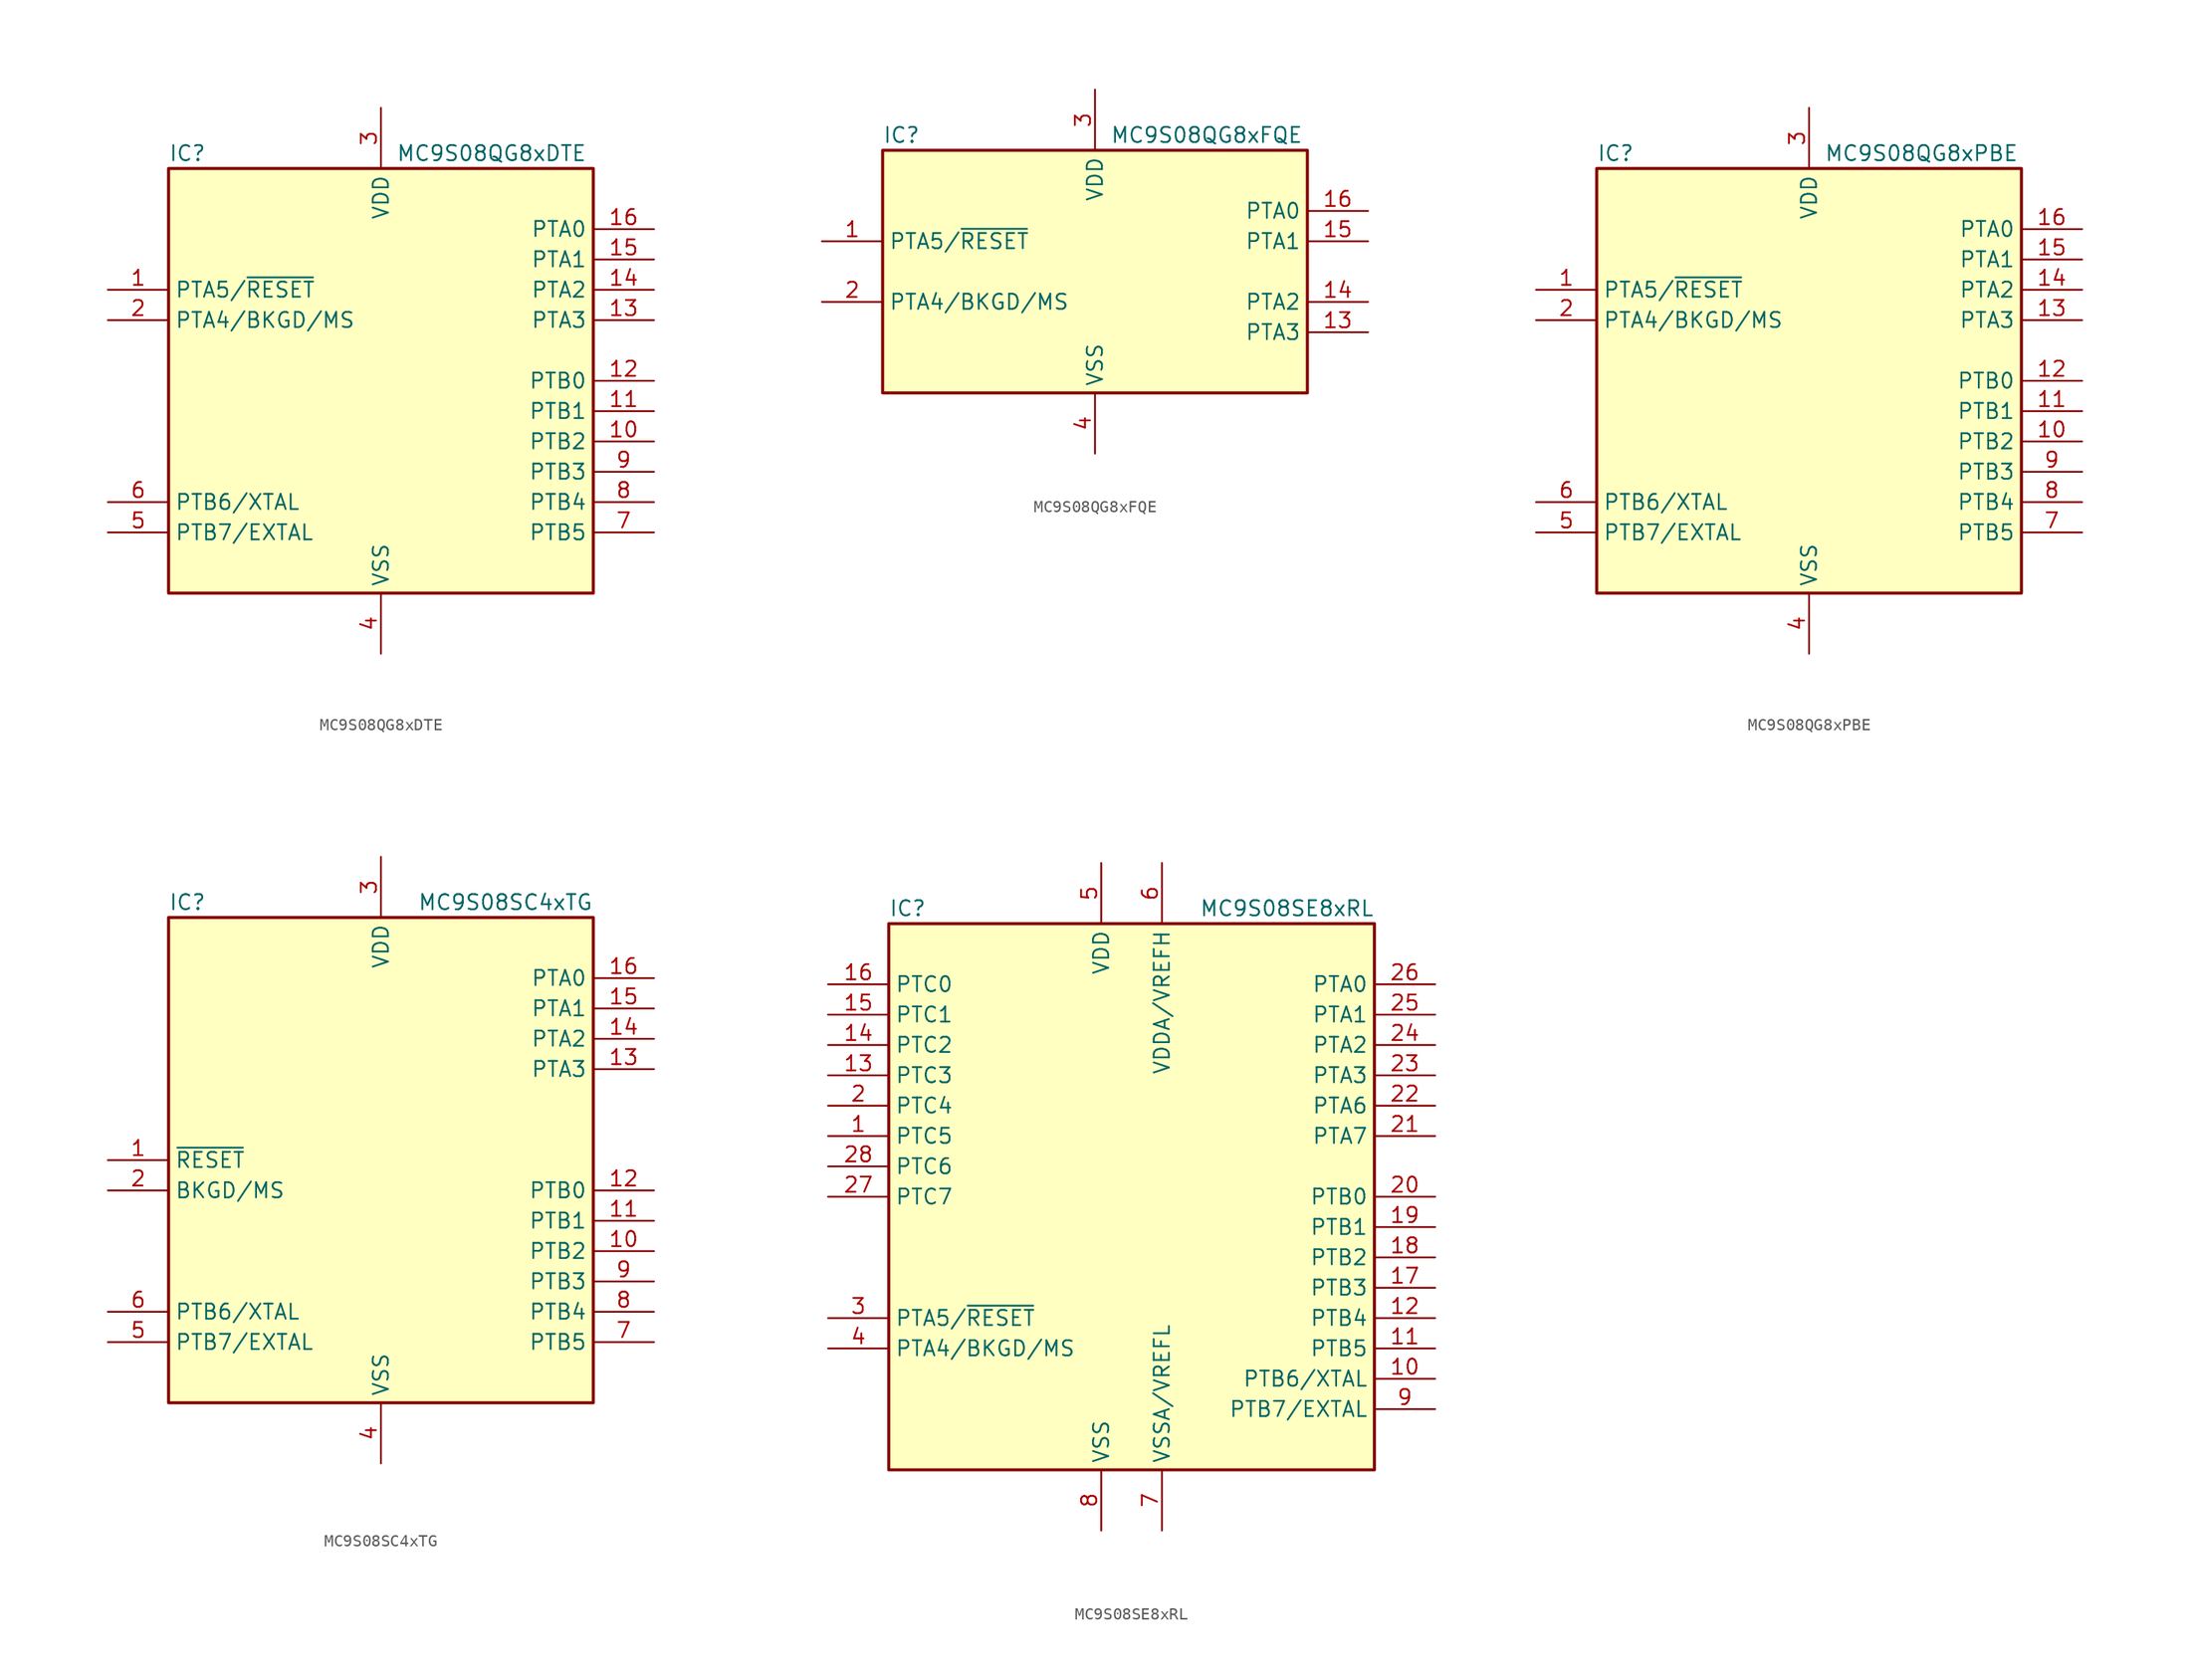
<source format=kicad_sym>
(kicad_symbol_lib
  (version 20211014)
  (generator kicad_symbol_editor)
  (symbol "MC9S08QG8xDTE"
    (property "Reference" "IC"
      (at -17.78 19.05 0)
      (effects (font (size 1.27 1.27)) (justify left)))
    (property "Value" "MC9S08QG8xDTE"
      (at 1.27 19.05 0)
      (effects (font (size 1.27 1.27)) (justify left)))
    (symbol "MC9S08QG8xDTE_0_1"
      (rectangle (start -17.78 17.78) (end 17.78 -17.78) (stroke (width 0.254) (type default) (color 0 0 0 0)) (fill (type background))))
    (symbol "MC9S08QG8xDTE_1_1"
      (pin bidirectional line (at -22.86 7.62 0) (length 5.08) (name "PTA5/~{RESET}" (effects (font (size 1.27 1.27)))) (number "1" (effects (font (size 1.27 1.27)))))
      (pin bidirectional line (at 22.86 -5.08 180) (length 5.08) (name "PTB2" (effects (font (size 1.27 1.27)))) (number "10" (effects (font (size 1.27 1.27)))))
      (pin bidirectional line (at 22.86 -2.54 180) (length 5.08) (name "PTB1" (effects (font (size 1.27 1.27)))) (number "11" (effects (font (size 1.27 1.27)))))
      (pin bidirectional line (at 22.86 0 180) (length 5.08) (name "PTB0" (effects (font (size 1.27 1.27)))) (number "12" (effects (font (size 1.27 1.27)))))
      (pin bidirectional line (at 22.86 5.08 180) (length 5.08) (name "PTA3" (effects (font (size 1.27 1.27)))) (number "13" (effects (font (size 1.27 1.27)))))
      (pin bidirectional line (at 22.86 7.62 180) (length 5.08) (name "PTA2" (effects (font (size 1.27 1.27)))) (number "14" (effects (font (size 1.27 1.27)))))
      (pin bidirectional line (at 22.86 10.16 180) (length 5.08) (name "PTA1" (effects (font (size 1.27 1.27)))) (number "15" (effects (font (size 1.27 1.27)))))
      (pin bidirectional line (at 22.86 12.7 180) (length 5.08) (name "PTA0" (effects (font (size 1.27 1.27)))) (number "16" (effects (font (size 1.27 1.27)))))
      (pin bidirectional line (at -22.86 5.08 0) (length 5.08) (name "PTA4/BKGD/MS" (effects (font (size 1.27 1.27)))) (number "2" (effects (font (size 1.27 1.27)))))
      (pin power_in line (at 0 22.86 270) (length 5.08) (name "VDD" (effects (font (size 1.27 1.27)))) (number "3" (effects (font (size 1.27 1.27)))))
      (pin power_in line (at 0 -22.86 90) (length 5.08) (name "VSS" (effects (font (size 1.27 1.27)))) (number "4" (effects (font (size 1.27 1.27)))))
      (pin bidirectional line (at -22.86 -12.7 0) (length 5.08) (name "PTB7/EXTAL" (effects (font (size 1.27 1.27)))) (number "5" (effects (font (size 1.27 1.27)))))
      (pin bidirectional line (at -22.86 -10.16 0) (length 5.08) (name "PTB6/XTAL" (effects (font (size 1.27 1.27)))) (number "6" (effects (font (size 1.27 1.27)))))
      (pin bidirectional line (at 22.86 -12.7 180) (length 5.08) (name "PTB5" (effects (font (size 1.27 1.27)))) (number "7" (effects (font (size 1.27 1.27)))))
      (pin bidirectional line (at 22.86 -10.16 180) (length 5.08) (name "PTB4" (effects (font (size 1.27 1.27)))) (number "8" (effects (font (size 1.27 1.27)))))
      (pin bidirectional line (at 22.86 -7.62 180) (length 5.08) (name "PTB3" (effects (font (size 1.27 1.27)))) (number "9" (effects (font (size 1.27 1.27)))))))
  (symbol "MC9S08QG8xFQE"
    (property "Reference" "IC"
      (at -17.78 11.43 0)
      (effects (font (size 1.27 1.27)) (justify left)))
    (property "Value" "MC9S08QG8xFQE"
      (at 1.27 11.43 0)
      (effects (font (size 1.27 1.27)) (justify left)))
    (symbol "MC9S08QG8xFQE_0_1"
      (rectangle (start -17.78 10.16) (end 17.78 -10.16) (stroke (width 0.254) (type default) (color 0 0 0 0)) (fill (type background))))
    (symbol "MC9S08QG8xFQE_1_1"
      (pin bidirectional line (at -22.86 2.54 0) (length 5.08) (name "PTA5/~{RESET}" (effects (font (size 1.27 1.27)))) (number "1" (effects (font (size 1.27 1.27)))))
      (pin bidirectional line (at 22.86 -5.08 180) (length 5.08) (name "PTA3" (effects (font (size 1.27 1.27)))) (number "13" (effects (font (size 1.27 1.27)))))
      (pin bidirectional line (at 22.86 -2.54 180) (length 5.08) (name "PTA2" (effects (font (size 1.27 1.27)))) (number "14" (effects (font (size 1.27 1.27)))))
      (pin bidirectional line (at 22.86 2.54 180) (length 5.08) (name "PTA1" (effects (font (size 1.27 1.27)))) (number "15" (effects (font (size 1.27 1.27)))))
      (pin bidirectional line (at 22.86 5.08 180) (length 5.08) (name "PTA0" (effects (font (size 1.27 1.27)))) (number "16" (effects (font (size 1.27 1.27)))))
      (pin bidirectional line (at -22.86 -2.54 0) (length 5.08) (name "PTA4/BKGD/MS" (effects (font (size 1.27 1.27)))) (number "2" (effects (font (size 1.27 1.27)))))
      (pin power_in line (at 0 15.24 270) (length 5.08) (name "VDD" (effects (font (size 1.27 1.27)))) (number "3" (effects (font (size 1.27 1.27)))))
      (pin power_in line (at 0 -15.24 90) (length 5.08) (name "VSS" (effects (font (size 1.27 1.27)))) (number "4" (effects (font (size 1.27 1.27)))))))
  (symbol "MC9S08QG8xPBE"
    (property "Reference" "IC"
      (at -17.78 19.05 0)
      (effects (font (size 1.27 1.27)) (justify left)))
    (property "Value" "MC9S08QG8xPBE"
      (at 1.27 19.05 0)
      (effects (font (size 1.27 1.27)) (justify left)))
    (symbol "MC9S08QG8xPBE_0_1"
      (rectangle (start -17.78 17.78) (end 17.78 -17.78) (stroke (width 0.254) (type default) (color 0 0 0 0)) (fill (type background))))
    (symbol "MC9S08QG8xPBE_1_1"
      (pin bidirectional line (at -22.86 7.62 0) (length 5.08) (name "PTA5/~{RESET}" (effects (font (size 1.27 1.27)))) (number "1" (effects (font (size 1.27 1.27)))))
      (pin bidirectional line (at 22.86 -5.08 180) (length 5.08) (name "PTB2" (effects (font (size 1.27 1.27)))) (number "10" (effects (font (size 1.27 1.27)))))
      (pin bidirectional line (at 22.86 -2.54 180) (length 5.08) (name "PTB1" (effects (font (size 1.27 1.27)))) (number "11" (effects (font (size 1.27 1.27)))))
      (pin bidirectional line (at 22.86 0 180) (length 5.08) (name "PTB0" (effects (font (size 1.27 1.27)))) (number "12" (effects (font (size 1.27 1.27)))))
      (pin bidirectional line (at 22.86 5.08 180) (length 5.08) (name "PTA3" (effects (font (size 1.27 1.27)))) (number "13" (effects (font (size 1.27 1.27)))))
      (pin bidirectional line (at 22.86 7.62 180) (length 5.08) (name "PTA2" (effects (font (size 1.27 1.27)))) (number "14" (effects (font (size 1.27 1.27)))))
      (pin bidirectional line (at 22.86 10.16 180) (length 5.08) (name "PTA1" (effects (font (size 1.27 1.27)))) (number "15" (effects (font (size 1.27 1.27)))))
      (pin bidirectional line (at 22.86 12.7 180) (length 5.08) (name "PTA0" (effects (font (size 1.27 1.27)))) (number "16" (effects (font (size 1.27 1.27)))))
      (pin bidirectional line (at -22.86 5.08 0) (length 5.08) (name "PTA4/BKGD/MS" (effects (font (size 1.27 1.27)))) (number "2" (effects (font (size 1.27 1.27)))))
      (pin power_in line (at 0 22.86 270) (length 5.08) (name "VDD" (effects (font (size 1.27 1.27)))) (number "3" (effects (font (size 1.27 1.27)))))
      (pin power_in line (at 0 -22.86 90) (length 5.08) (name "VSS" (effects (font (size 1.27 1.27)))) (number "4" (effects (font (size 1.27 1.27)))))
      (pin bidirectional line (at -22.86 -12.7 0) (length 5.08) (name "PTB7/EXTAL" (effects (font (size 1.27 1.27)))) (number "5" (effects (font (size 1.27 1.27)))))
      (pin bidirectional line (at -22.86 -10.16 0) (length 5.08) (name "PTB6/XTAL" (effects (font (size 1.27 1.27)))) (number "6" (effects (font (size 1.27 1.27)))))
      (pin bidirectional line (at 22.86 -12.7 180) (length 5.08) (name "PTB5" (effects (font (size 1.27 1.27)))) (number "7" (effects (font (size 1.27 1.27)))))
      (pin bidirectional line (at 22.86 -10.16 180) (length 5.08) (name "PTB4" (effects (font (size 1.27 1.27)))) (number "8" (effects (font (size 1.27 1.27)))))
      (pin bidirectional line (at 22.86 -7.62 180) (length 5.08) (name "PTB3" (effects (font (size 1.27 1.27)))) (number "9" (effects (font (size 1.27 1.27)))))))
  (symbol "MC9S08SC4xTG"
    (property "Reference" "IC"
      (at -17.78 21.59 0)
      (effects (font (size 1.27 1.27)) (justify left)))
    (property "Value" "MC9S08SC4xTG"
      (at 17.78 21.59 0)
      (effects (font (size 1.27 1.27)) (justify right)))
    (symbol "MC9S08SC4xTG_0_1"
      (rectangle (start -17.78 20.32) (end 17.78 -20.32) (stroke (width 0.254) (type default) (color 0 0 0 0)) (fill (type background))))
    (symbol "MC9S08SC4xTG_1_1"
      (pin input line (at -22.86 0 0) (length 5.08) (name "~{RESET}" (effects (font (size 1.27 1.27)))) (number "1" (effects (font (size 1.27 1.27)))))
      (pin bidirectional line (at 22.86 -7.62 180) (length 5.08) (name "PTB2" (effects (font (size 1.27 1.27)))) (number "10" (effects (font (size 1.27 1.27)))))
      (pin bidirectional line (at 22.86 -5.08 180) (length 5.08) (name "PTB1" (effects (font (size 1.27 1.27)))) (number "11" (effects (font (size 1.27 1.27)))))
      (pin bidirectional line (at 22.86 -2.54 180) (length 5.08) (name "PTB0" (effects (font (size 1.27 1.27)))) (number "12" (effects (font (size 1.27 1.27)))))
      (pin bidirectional line (at 22.86 7.62 180) (length 5.08) (name "PTA3" (effects (font (size 1.27 1.27)))) (number "13" (effects (font (size 1.27 1.27)))))
      (pin bidirectional line (at 22.86 10.16 180) (length 5.08) (name "PTA2" (effects (font (size 1.27 1.27)))) (number "14" (effects (font (size 1.27 1.27)))))
      (pin bidirectional line (at 22.86 12.7 180) (length 5.08) (name "PTA1" (effects (font (size 1.27 1.27)))) (number "15" (effects (font (size 1.27 1.27)))))
      (pin bidirectional line (at 22.86 15.24 180) (length 5.08) (name "PTA0" (effects (font (size 1.27 1.27)))) (number "16" (effects (font (size 1.27 1.27)))))
      (pin bidirectional line (at -22.86 -2.54 0) (length 5.08) (name "BKGD/MS" (effects (font (size 1.27 1.27)))) (number "2" (effects (font (size 1.27 1.27)))))
      (pin power_in line (at 0 25.4 270) (length 5.08) (name "VDD" (effects (font (size 1.27 1.27)))) (number "3" (effects (font (size 1.27 1.27)))))
      (pin power_in line (at 0 -25.4 90) (length 5.08) (name "VSS" (effects (font (size 1.27 1.27)))) (number "4" (effects (font (size 1.27 1.27)))))
      (pin bidirectional line (at -22.86 -15.24 0) (length 5.08) (name "PTB7/EXTAL" (effects (font (size 1.27 1.27)))) (number "5" (effects (font (size 1.27 1.27)))))
      (pin bidirectional line (at -22.86 -12.7 0) (length 5.08) (name "PTB6/XTAL" (effects (font (size 1.27 1.27)))) (number "6" (effects (font (size 1.27 1.27)))))
      (pin bidirectional line (at 22.86 -15.24 180) (length 5.08) (name "PTB5" (effects (font (size 1.27 1.27)))) (number "7" (effects (font (size 1.27 1.27)))))
      (pin bidirectional line (at 22.86 -12.7 180) (length 5.08) (name "PTB4" (effects (font (size 1.27 1.27)))) (number "8" (effects (font (size 1.27 1.27)))))
      (pin bidirectional line (at 22.86 -10.16 180) (length 5.08) (name "PTB3" (effects (font (size 1.27 1.27)))) (number "9" (effects (font (size 1.27 1.27)))))))
  (symbol "MC9S08SE8xRL"
    (property "Reference" "IC"
      (at -20.32 24.13 0)
      (effects (font (size 1.27 1.27)) (justify left)))
    (property "Value" "MC9S08SE8xRL"
      (at 20.32 24.13 0)
      (effects (font (size 1.27 1.27)) (justify right)))
    (symbol "MC9S08SE8xRL_0_1"
      (rectangle (start -20.32 22.86) (end 20.32 -22.86) (stroke (width 0.254) (type default) (color 0 0 0 0)) (fill (type background))))
    (symbol "MC9S08SE8xRL_1_1"
      (pin bidirectional line (at -25.4 5.08 0) (length 5.08) (name "PTC5" (effects (font (size 1.27 1.27)))) (number "1" (effects (font (size 1.27 1.27)))))
      (pin bidirectional line (at 25.4 -15.24 180) (length 5.08) (name "PTB6/XTAL" (effects (font (size 1.27 1.27)))) (number "10" (effects (font (size 1.27 1.27)))))
      (pin bidirectional line (at 25.4 -12.7 180) (length 5.08) (name "PTB5" (effects (font (size 1.27 1.27)))) (number "11" (effects (font (size 1.27 1.27)))))
      (pin bidirectional line (at 25.4 -10.16 180) (length 5.08) (name "PTB4" (effects (font (size 1.27 1.27)))) (number "12" (effects (font (size 1.27 1.27)))))
      (pin bidirectional line (at -25.4 10.16 0) (length 5.08) (name "PTC3" (effects (font (size 1.27 1.27)))) (number "13" (effects (font (size 1.27 1.27)))))
      (pin bidirectional line (at -25.4 12.7 0) (length 5.08) (name "PTC2" (effects (font (size 1.27 1.27)))) (number "14" (effects (font (size 1.27 1.27)))))
      (pin bidirectional line (at -25.4 15.24 0) (length 5.08) (name "PTC1" (effects (font (size 1.27 1.27)))) (number "15" (effects (font (size 1.27 1.27)))))
      (pin bidirectional line (at -25.4 17.78 0) (length 5.08) (name "PTC0" (effects (font (size 1.27 1.27)))) (number "16" (effects (font (size 1.27 1.27)))))
      (pin bidirectional line (at 25.4 -7.62 180) (length 5.08) (name "PTB3" (effects (font (size 1.27 1.27)))) (number "17" (effects (font (size 1.27 1.27)))))
      (pin bidirectional line (at 25.4 -5.08 180) (length 5.08) (name "PTB2" (effects (font (size 1.27 1.27)))) (number "18" (effects (font (size 1.27 1.27)))))
      (pin bidirectional line (at 25.4 -2.54 180) (length 5.08) (name "PTB1" (effects (font (size 1.27 1.27)))) (number "19" (effects (font (size 1.27 1.27)))))
      (pin bidirectional line (at -25.4 7.62 0) (length 5.08) (name "PTC4" (effects (font (size 1.27 1.27)))) (number "2" (effects (font (size 1.27 1.27)))))
      (pin bidirectional line (at 25.4 0 180) (length 5.08) (name "PTB0" (effects (font (size 1.27 1.27)))) (number "20" (effects (font (size 1.27 1.27)))))
      (pin bidirectional line (at 25.4 5.08 180) (length 5.08) (name "PTA7" (effects (font (size 1.27 1.27)))) (number "21" (effects (font (size 1.27 1.27)))))
      (pin bidirectional line (at 25.4 7.62 180) (length 5.08) (name "PTA6" (effects (font (size 1.27 1.27)))) (number "22" (effects (font (size 1.27 1.27)))))
      (pin bidirectional line (at 25.4 10.16 180) (length 5.08) (name "PTA3" (effects (font (size 1.27 1.27)))) (number "23" (effects (font (size 1.27 1.27)))))
      (pin bidirectional line (at 25.4 12.7 180) (length 5.08) (name "PTA2" (effects (font (size 1.27 1.27)))) (number "24" (effects (font (size 1.27 1.27)))))
      (pin bidirectional line (at 25.4 15.24 180) (length 5.08) (name "PTA1" (effects (font (size 1.27 1.27)))) (number "25" (effects (font (size 1.27 1.27)))))
      (pin bidirectional line (at 25.4 17.78 180) (length 5.08) (name "PTA0" (effects (font (size 1.27 1.27)))) (number "26" (effects (font (size 1.27 1.27)))))
      (pin bidirectional line (at -25.4 0 0) (length 5.08) (name "PTC7" (effects (font (size 1.27 1.27)))) (number "27" (effects (font (size 1.27 1.27)))))
      (pin bidirectional line (at -25.4 2.54 0) (length 5.08) (name "PTC6" (effects (font (size 1.27 1.27)))) (number "28" (effects (font (size 1.27 1.27)))))
      (pin bidirectional line (at -25.4 -10.16 0) (length 5.08) (name "PTA5/~{RESET}" (effects (font (size 1.27 1.27)))) (number "3" (effects (font (size 1.27 1.27)))))
      (pin bidirectional line (at -25.4 -12.7 0) (length 5.08) (name "PTA4/BKGD/MS" (effects (font (size 1.27 1.27)))) (number "4" (effects (font (size 1.27 1.27)))))
      (pin power_in line (at -2.54 27.94 270) (length 5.08) (name "VDD" (effects (font (size 1.27 1.27)))) (number "5" (effects (font (size 1.27 1.27)))))
      (pin power_in line (at 2.54 27.94 270) (length 5.08) (name "VDDA/VREFH" (effects (font (size 1.27 1.27)))) (number "6" (effects (font (size 1.27 1.27)))))
      (pin power_in line (at 2.54 -27.94 90) (length 5.08) (name "VSSA/VREFL" (effects (font (size 1.27 1.27)))) (number "7" (effects (font (size 1.27 1.27)))))
      (pin power_in line (at -2.54 -27.94 90) (length 5.08) (name "VSS" (effects (font (size 1.27 1.27)))) (number "8" (effects (font (size 1.27 1.27)))))
      (pin bidirectional line (at 25.4 -17.78 180) (length 5.08) (name "PTB7/EXTAL" (effects (font (size 1.27 1.27)))) (number "9" (effects (font (size 1.27 1.27))))))))
</source>
